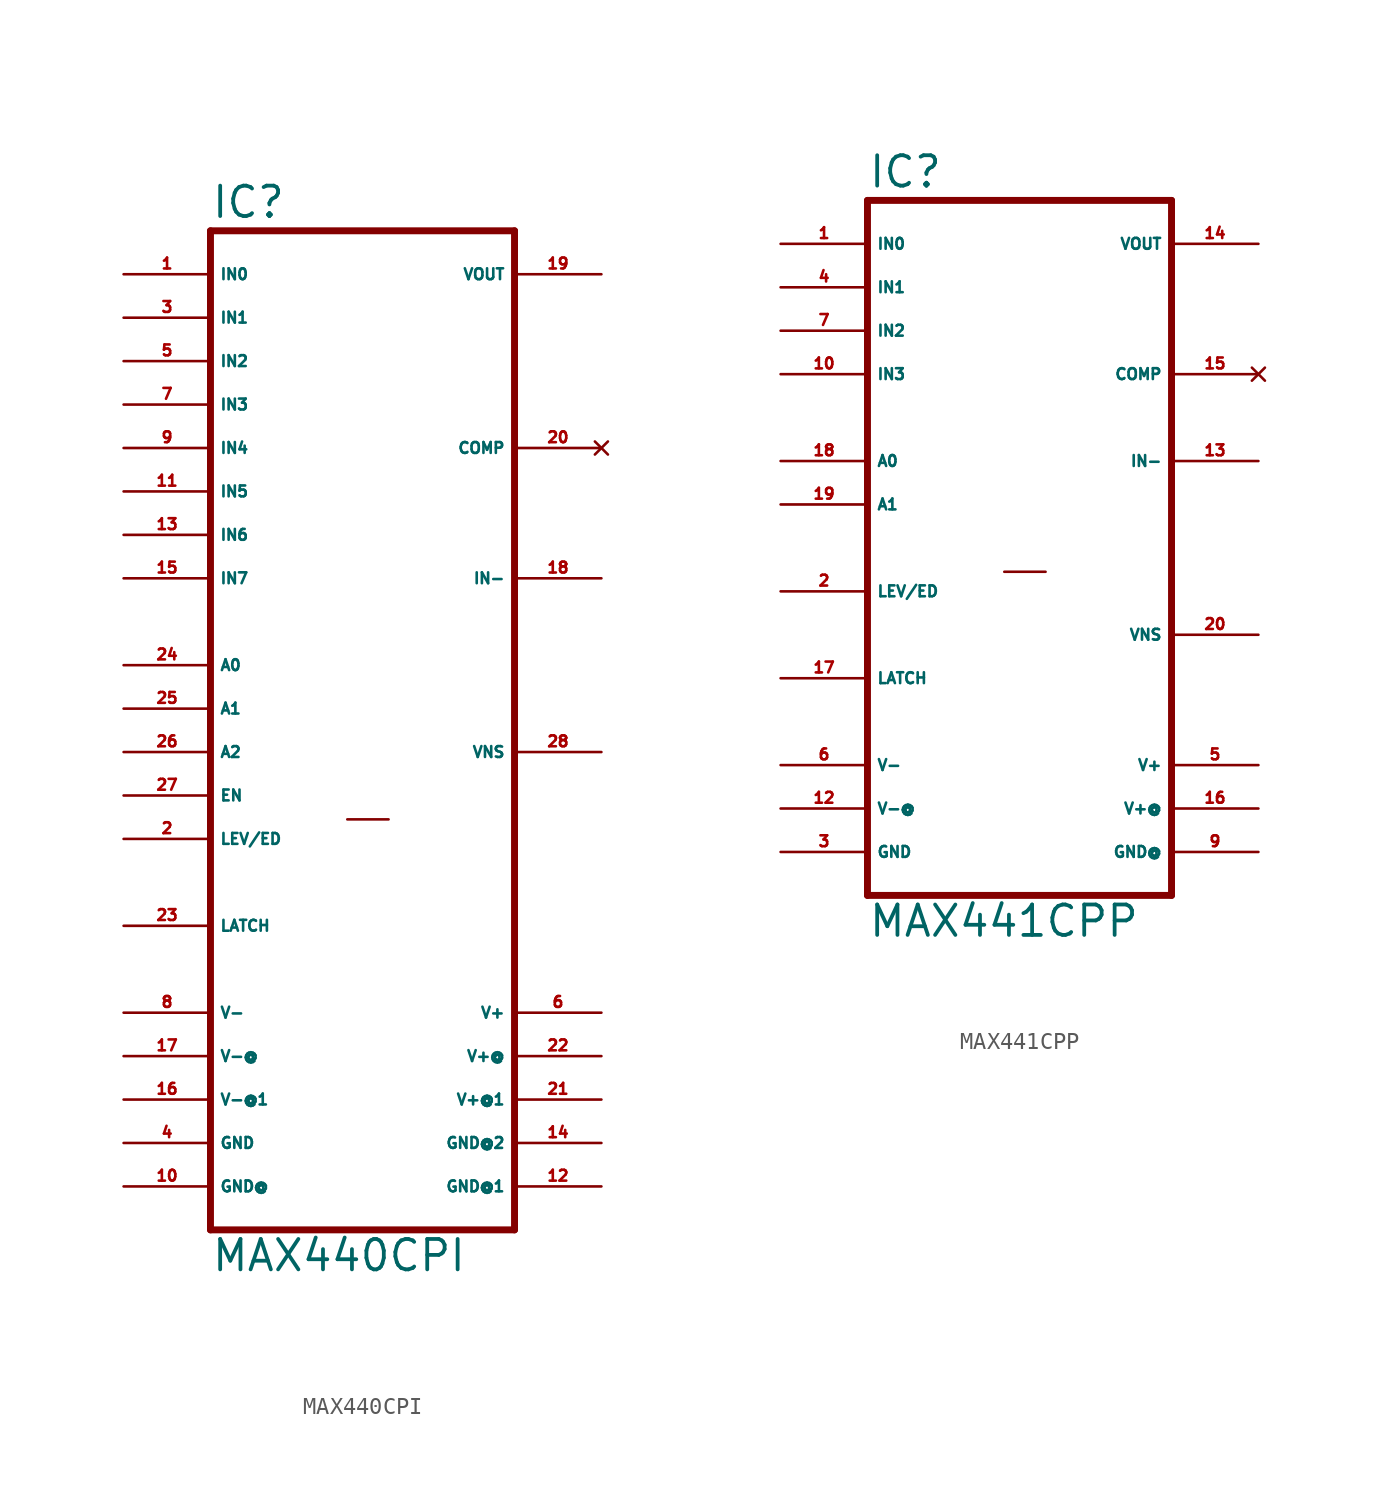
<source format=kicad_sym>
(kicad_symbol_lib
  (version 20220914)
  (generator Eagle2Kicad)
  (symbol "MAX440CPI"
    (property "Reference" "IC"
      (at -10.16 31.115 0)
      (effects (font (size 1.778 1.778) (thickness 0.22)) (justify left bottom)))
    (property "Value" "MAX440CPI"
      (at -10.16 -30.48 0)
      (effects (font (size 1.778 1.778) (thickness 0.22)) (justify left bottom)))
    (polyline
      (pts (xy 7.62 -27.94) (xy -10.16 -27.94))
      (stroke (width 0.406) (type default))
      (fill (type none)))
    (polyline
      (pts (xy -10.16 30.48) (xy -10.16 -27.94))
      (stroke (width 0.406) (type default))
      (fill (type none)))
    (polyline
      (pts (xy -10.16 30.48) (xy 7.62 30.48))
      (stroke (width 0.406) (type default))
      (fill (type none)))
    (polyline
      (pts (xy 7.62 -27.94) (xy 7.62 30.48))
      (stroke (width 0.406) (type default))
      (fill (type none)))
    (polyline
      (pts (xy -2.159 -3.937) (xy 0.254 -3.937))
      (stroke (width 0.152) (type default))
      (fill (type none)))
    (pin unspecified line
      (at -15.24 -25.4 0)
      (length 5.08)
      (name "GND@" (effects (font (size 0.635 0.635) (thickness 0.08)) (justify left bottom)))
      (number "10" (effects (font (size 0.635 0.635) (thickness 0.08)) (justify left bottom))))
    (pin unspecified line
      (at 12.7 -15.24 180)
      (length 5.08)
      (name "V+" (effects (font (size 0.635 0.635) (thickness 0.08)) (justify left bottom)))
      (number "6" (effects (font (size 0.635 0.635) (thickness 0.08)) (justify left bottom))))
    (pin input line
      (at 12.7 10.16 180)
      (length 5.08)
      (name "IN-" (effects (font (size 0.635 0.635) (thickness 0.08)) (justify left bottom)))
      (number "18" (effects (font (size 0.635 0.635) (thickness 0.08)) (justify left bottom))))
    (pin no_connect line
      (at 12.7 17.78 180)
      (length 5.08)
      (name "COMP" (effects (font (size 0.635 0.635) (thickness 0.08)) (justify left bottom) hide))
      (number "20" (effects (font (size 0.635 0.635) (thickness 0.08)) (justify left bottom) hide)))
    (pin output line
      (at 12.7 27.94 180)
      (length 5.08)
      (name "VOUT" (effects (font (size 0.635 0.635) (thickness 0.08)) (justify left bottom)))
      (number "19" (effects (font (size 0.635 0.635) (thickness 0.08)) (justify left bottom))))
    (pin unspecified line
      (at -15.24 -22.86 0)
      (length 5.08)
      (name "GND" (effects (font (size 0.635 0.635) (thickness 0.08)) (justify left bottom)))
      (number "4" (effects (font (size 0.635 0.635) (thickness 0.08)) (justify left bottom))))
    (pin passive line
      (at 12.7 0 180)
      (length 5.08)
      (name "VNS" (effects (font (size 0.635 0.635) (thickness 0.08)) (justify left bottom)))
      (number "28" (effects (font (size 0.635 0.635) (thickness 0.08)) (justify left bottom))))
    (pin input line
      (at -15.24 27.94 0)
      (length 5.08)
      (name "IN0" (effects (font (size 0.635 0.635) (thickness 0.08)) (justify left bottom)))
      (number "1" (effects (font (size 0.635 0.635) (thickness 0.08)) (justify left bottom))))
    (pin input line
      (at -15.24 17.78 0)
      (length 5.08)
      (name "IN4" (effects (font (size 0.635 0.635) (thickness 0.08)) (justify left bottom)))
      (number "9" (effects (font (size 0.635 0.635) (thickness 0.08)) (justify left bottom))))
    (pin input line
      (at -15.24 25.4 0)
      (length 5.08)
      (name "IN1" (effects (font (size 0.635 0.635) (thickness 0.08)) (justify left bottom)))
      (number "3" (effects (font (size 0.635 0.635) (thickness 0.08)) (justify left bottom))))
    (pin input line
      (at -15.24 22.86 0)
      (length 5.08)
      (name "IN2" (effects (font (size 0.635 0.635) (thickness 0.08)) (justify left bottom)))
      (number "5" (effects (font (size 0.635 0.635) (thickness 0.08)) (justify left bottom))))
    (pin input line
      (at -15.24 20.32 0)
      (length 5.08)
      (name "IN3" (effects (font (size 0.635 0.635) (thickness 0.08)) (justify left bottom)))
      (number "7" (effects (font (size 0.635 0.635) (thickness 0.08)) (justify left bottom))))
    (pin input line
      (at -15.24 15.24 0)
      (length 5.08)
      (name "IN5" (effects (font (size 0.635 0.635) (thickness 0.08)) (justify left bottom)))
      (number "11" (effects (font (size 0.635 0.635) (thickness 0.08)) (justify left bottom))))
    (pin input line
      (at -15.24 12.7 0)
      (length 5.08)
      (name "IN6" (effects (font (size 0.635 0.635) (thickness 0.08)) (justify left bottom)))
      (number "13" (effects (font (size 0.635 0.635) (thickness 0.08)) (justify left bottom))))
    (pin input line
      (at -15.24 10.16 0)
      (length 5.08)
      (name "IN7" (effects (font (size 0.635 0.635) (thickness 0.08)) (justify left bottom)))
      (number "15" (effects (font (size 0.635 0.635) (thickness 0.08)) (justify left bottom))))
    (pin input line
      (at -15.24 5.08 0)
      (length 5.08)
      (name "A0" (effects (font (size 0.635 0.635) (thickness 0.08)) (justify left bottom)))
      (number "24" (effects (font (size 0.635 0.635) (thickness 0.08)) (justify left bottom))))
    (pin input line
      (at -15.24 2.54 0)
      (length 5.08)
      (name "A1" (effects (font (size 0.635 0.635) (thickness 0.08)) (justify left bottom)))
      (number "25" (effects (font (size 0.635 0.635) (thickness 0.08)) (justify left bottom))))
    (pin input line
      (at -15.24 0 0)
      (length 5.08)
      (name "A2" (effects (font (size 0.635 0.635) (thickness 0.08)) (justify left bottom)))
      (number "26" (effects (font (size 0.635 0.635) (thickness 0.08)) (justify left bottom))))
    (pin input line
      (at -15.24 -2.54 0)
      (length 5.08)
      (name "EN" (effects (font (size 0.635 0.635) (thickness 0.08)) (justify left bottom)))
      (number "27" (effects (font (size 0.635 0.635) (thickness 0.08)) (justify left bottom))))
    (pin input line
      (at -15.24 -5.08 0)
      (length 5.08)
      (name "LEV/ED" (effects (font (size 0.635 0.635) (thickness 0.08)) (justify left bottom)))
      (number "2" (effects (font (size 0.635 0.635) (thickness 0.08)) (justify left bottom))))
    (pin unspecified line
      (at 12.7 -17.78 180)
      (length 5.08)
      (name "V+@" (effects (font (size 0.635 0.635) (thickness 0.08)) (justify left bottom)))
      (number "22" (effects (font (size 0.635 0.635) (thickness 0.08)) (justify left bottom))))
    (pin unspecified line
      (at 12.7 -20.32 180)
      (length 5.08)
      (name "V+@1" (effects (font (size 0.635 0.635) (thickness 0.08)) (justify left bottom)))
      (number "21" (effects (font (size 0.635 0.635) (thickness 0.08)) (justify left bottom))))
    (pin unspecified line
      (at 12.7 -25.4 180)
      (length 5.08)
      (name "GND@1" (effects (font (size 0.635 0.635) (thickness 0.08)) (justify left bottom)))
      (number "12" (effects (font (size 0.635 0.635) (thickness 0.08)) (justify left bottom))))
    (pin unspecified line
      (at -15.24 -20.32 0)
      (length 5.08)
      (name "V-@1" (effects (font (size 0.635 0.635) (thickness 0.08)) (justify left bottom)))
      (number "16" (effects (font (size 0.635 0.635) (thickness 0.08)) (justify left bottom))))
    (pin unspecified line
      (at -15.24 -17.78 0)
      (length 5.08)
      (name "V-@" (effects (font (size 0.635 0.635) (thickness 0.08)) (justify left bottom)))
      (number "17" (effects (font (size 0.635 0.635) (thickness 0.08)) (justify left bottom))))
    (pin unspecified line
      (at -15.24 -15.24 0)
      (length 5.08)
      (name "V-" (effects (font (size 0.635 0.635) (thickness 0.08)) (justify left bottom)))
      (number "8" (effects (font (size 0.635 0.635) (thickness 0.08)) (justify left bottom))))
    (pin unspecified line
      (at 12.7 -22.86 180)
      (length 5.08)
      (name "GND@2" (effects (font (size 0.635 0.635) (thickness 0.08)) (justify left bottom)))
      (number "14" (effects (font (size 0.635 0.635) (thickness 0.08)) (justify left bottom))))
    (pin input line
      (at -15.24 -10.16 0)
      (length 5.08)
      (name "LATCH" (effects (font (size 0.635 0.635) (thickness 0.08)) (justify left bottom)))
      (number "23" (effects (font (size 0.635 0.635) (thickness 0.08)) (justify left bottom)))))
  (symbol "MAX441CPP"
    (property "Reference" "IC"
      (at -10.16 20.955 0)
      (effects (font (size 1.778 1.778) (thickness 0.22)) (justify left bottom)))
    (property "Value" "MAX441CPP"
      (at -10.16 -22.86 0)
      (effects (font (size 1.778 1.778) (thickness 0.22)) (justify left bottom)))
    (polyline
      (pts (xy 7.62 -20.32) (xy -10.16 -20.32))
      (stroke (width 0.406) (type default))
      (fill (type none)))
    (polyline
      (pts (xy -10.16 20.32) (xy -10.16 -20.32))
      (stroke (width 0.406) (type default))
      (fill (type none)))
    (polyline
      (pts (xy -10.16 20.32) (xy 7.62 20.32))
      (stroke (width 0.406) (type default))
      (fill (type none)))
    (polyline
      (pts (xy 7.62 -20.32) (xy 7.62 20.32))
      (stroke (width 0.406) (type default))
      (fill (type none)))
    (polyline
      (pts (xy -2.159 -1.397) (xy 0.254 -1.397))
      (stroke (width 0.152) (type default))
      (fill (type none)))
    (pin unspecified line
      (at 12.7 -17.78 180)
      (length 5.08)
      (name "GND@" (effects (font (size 0.635 0.635) (thickness 0.08)) (justify left bottom)))
      (number "9" (effects (font (size 0.635 0.635) (thickness 0.08)) (justify left bottom))))
    (pin unspecified line
      (at 12.7 -12.7 180)
      (length 5.08)
      (name "V+" (effects (font (size 0.635 0.635) (thickness 0.08)) (justify left bottom)))
      (number "5" (effects (font (size 0.635 0.635) (thickness 0.08)) (justify left bottom))))
    (pin input line
      (at 12.7 5.08 180)
      (length 5.08)
      (name "IN-" (effects (font (size 0.635 0.635) (thickness 0.08)) (justify left bottom)))
      (number "13" (effects (font (size 0.635 0.635) (thickness 0.08)) (justify left bottom))))
    (pin no_connect line
      (at 12.7 10.16 180)
      (length 5.08)
      (name "COMP" (effects (font (size 0.635 0.635) (thickness 0.08)) (justify left bottom) hide))
      (number "15" (effects (font (size 0.635 0.635) (thickness 0.08)) (justify left bottom) hide)))
    (pin output line
      (at 12.7 17.78 180)
      (length 5.08)
      (name "VOUT" (effects (font (size 0.635 0.635) (thickness 0.08)) (justify left bottom)))
      (number "14" (effects (font (size 0.635 0.635) (thickness 0.08)) (justify left bottom))))
    (pin unspecified line
      (at -15.24 -17.78 0)
      (length 5.08)
      (name "GND" (effects (font (size 0.635 0.635) (thickness 0.08)) (justify left bottom)))
      (number "3" (effects (font (size 0.635 0.635) (thickness 0.08)) (justify left bottom))))
    (pin passive line
      (at 12.7 -5.08 180)
      (length 5.08)
      (name "VNS" (effects (font (size 0.635 0.635) (thickness 0.08)) (justify left bottom)))
      (number "20" (effects (font (size 0.635 0.635) (thickness 0.08)) (justify left bottom))))
    (pin input line
      (at -15.24 17.78 0)
      (length 5.08)
      (name "IN0" (effects (font (size 0.635 0.635) (thickness 0.08)) (justify left bottom)))
      (number "1" (effects (font (size 0.635 0.635) (thickness 0.08)) (justify left bottom))))
    (pin input line
      (at -15.24 15.24 0)
      (length 5.08)
      (name "IN1" (effects (font (size 0.635 0.635) (thickness 0.08)) (justify left bottom)))
      (number "4" (effects (font (size 0.635 0.635) (thickness 0.08)) (justify left bottom))))
    (pin input line
      (at -15.24 12.7 0)
      (length 5.08)
      (name "IN2" (effects (font (size 0.635 0.635) (thickness 0.08)) (justify left bottom)))
      (number "7" (effects (font (size 0.635 0.635) (thickness 0.08)) (justify left bottom))))
    (pin input line
      (at -15.24 10.16 0)
      (length 5.08)
      (name "IN3" (effects (font (size 0.635 0.635) (thickness 0.08)) (justify left bottom)))
      (number "10" (effects (font (size 0.635 0.635) (thickness 0.08)) (justify left bottom))))
    (pin input line
      (at -15.24 5.08 0)
      (length 5.08)
      (name "A0" (effects (font (size 0.635 0.635) (thickness 0.08)) (justify left bottom)))
      (number "18" (effects (font (size 0.635 0.635) (thickness 0.08)) (justify left bottom))))
    (pin input line
      (at -15.24 2.54 0)
      (length 5.08)
      (name "A1" (effects (font (size 0.635 0.635) (thickness 0.08)) (justify left bottom)))
      (number "19" (effects (font (size 0.635 0.635) (thickness 0.08)) (justify left bottom))))
    (pin input line
      (at -15.24 -2.54 0)
      (length 5.08)
      (name "LEV/ED" (effects (font (size 0.635 0.635) (thickness 0.08)) (justify left bottom)))
      (number "2" (effects (font (size 0.635 0.635) (thickness 0.08)) (justify left bottom))))
    (pin unspecified line
      (at 12.7 -15.24 180)
      (length 5.08)
      (name "V+@" (effects (font (size 0.635 0.635) (thickness 0.08)) (justify left bottom)))
      (number "16" (effects (font (size 0.635 0.635) (thickness 0.08)) (justify left bottom))))
    (pin unspecified line
      (at -15.24 -15.24 0)
      (length 5.08)
      (name "V-@" (effects (font (size 0.635 0.635) (thickness 0.08)) (justify left bottom)))
      (number "12" (effects (font (size 0.635 0.635) (thickness 0.08)) (justify left bottom))))
    (pin unspecified line
      (at -15.24 -12.7 0)
      (length 5.08)
      (name "V-" (effects (font (size 0.635 0.635) (thickness 0.08)) (justify left bottom)))
      (number "6" (effects (font (size 0.635 0.635) (thickness 0.08)) (justify left bottom))))
    (pin input line
      (at -15.24 -7.62 0)
      (length 5.08)
      (name "LATCH" (effects (font (size 0.635 0.635) (thickness 0.08)) (justify left bottom)))
      (number "17" (effects (font (size 0.635 0.635) (thickness 0.08)) (justify left bottom))))))
</source>
